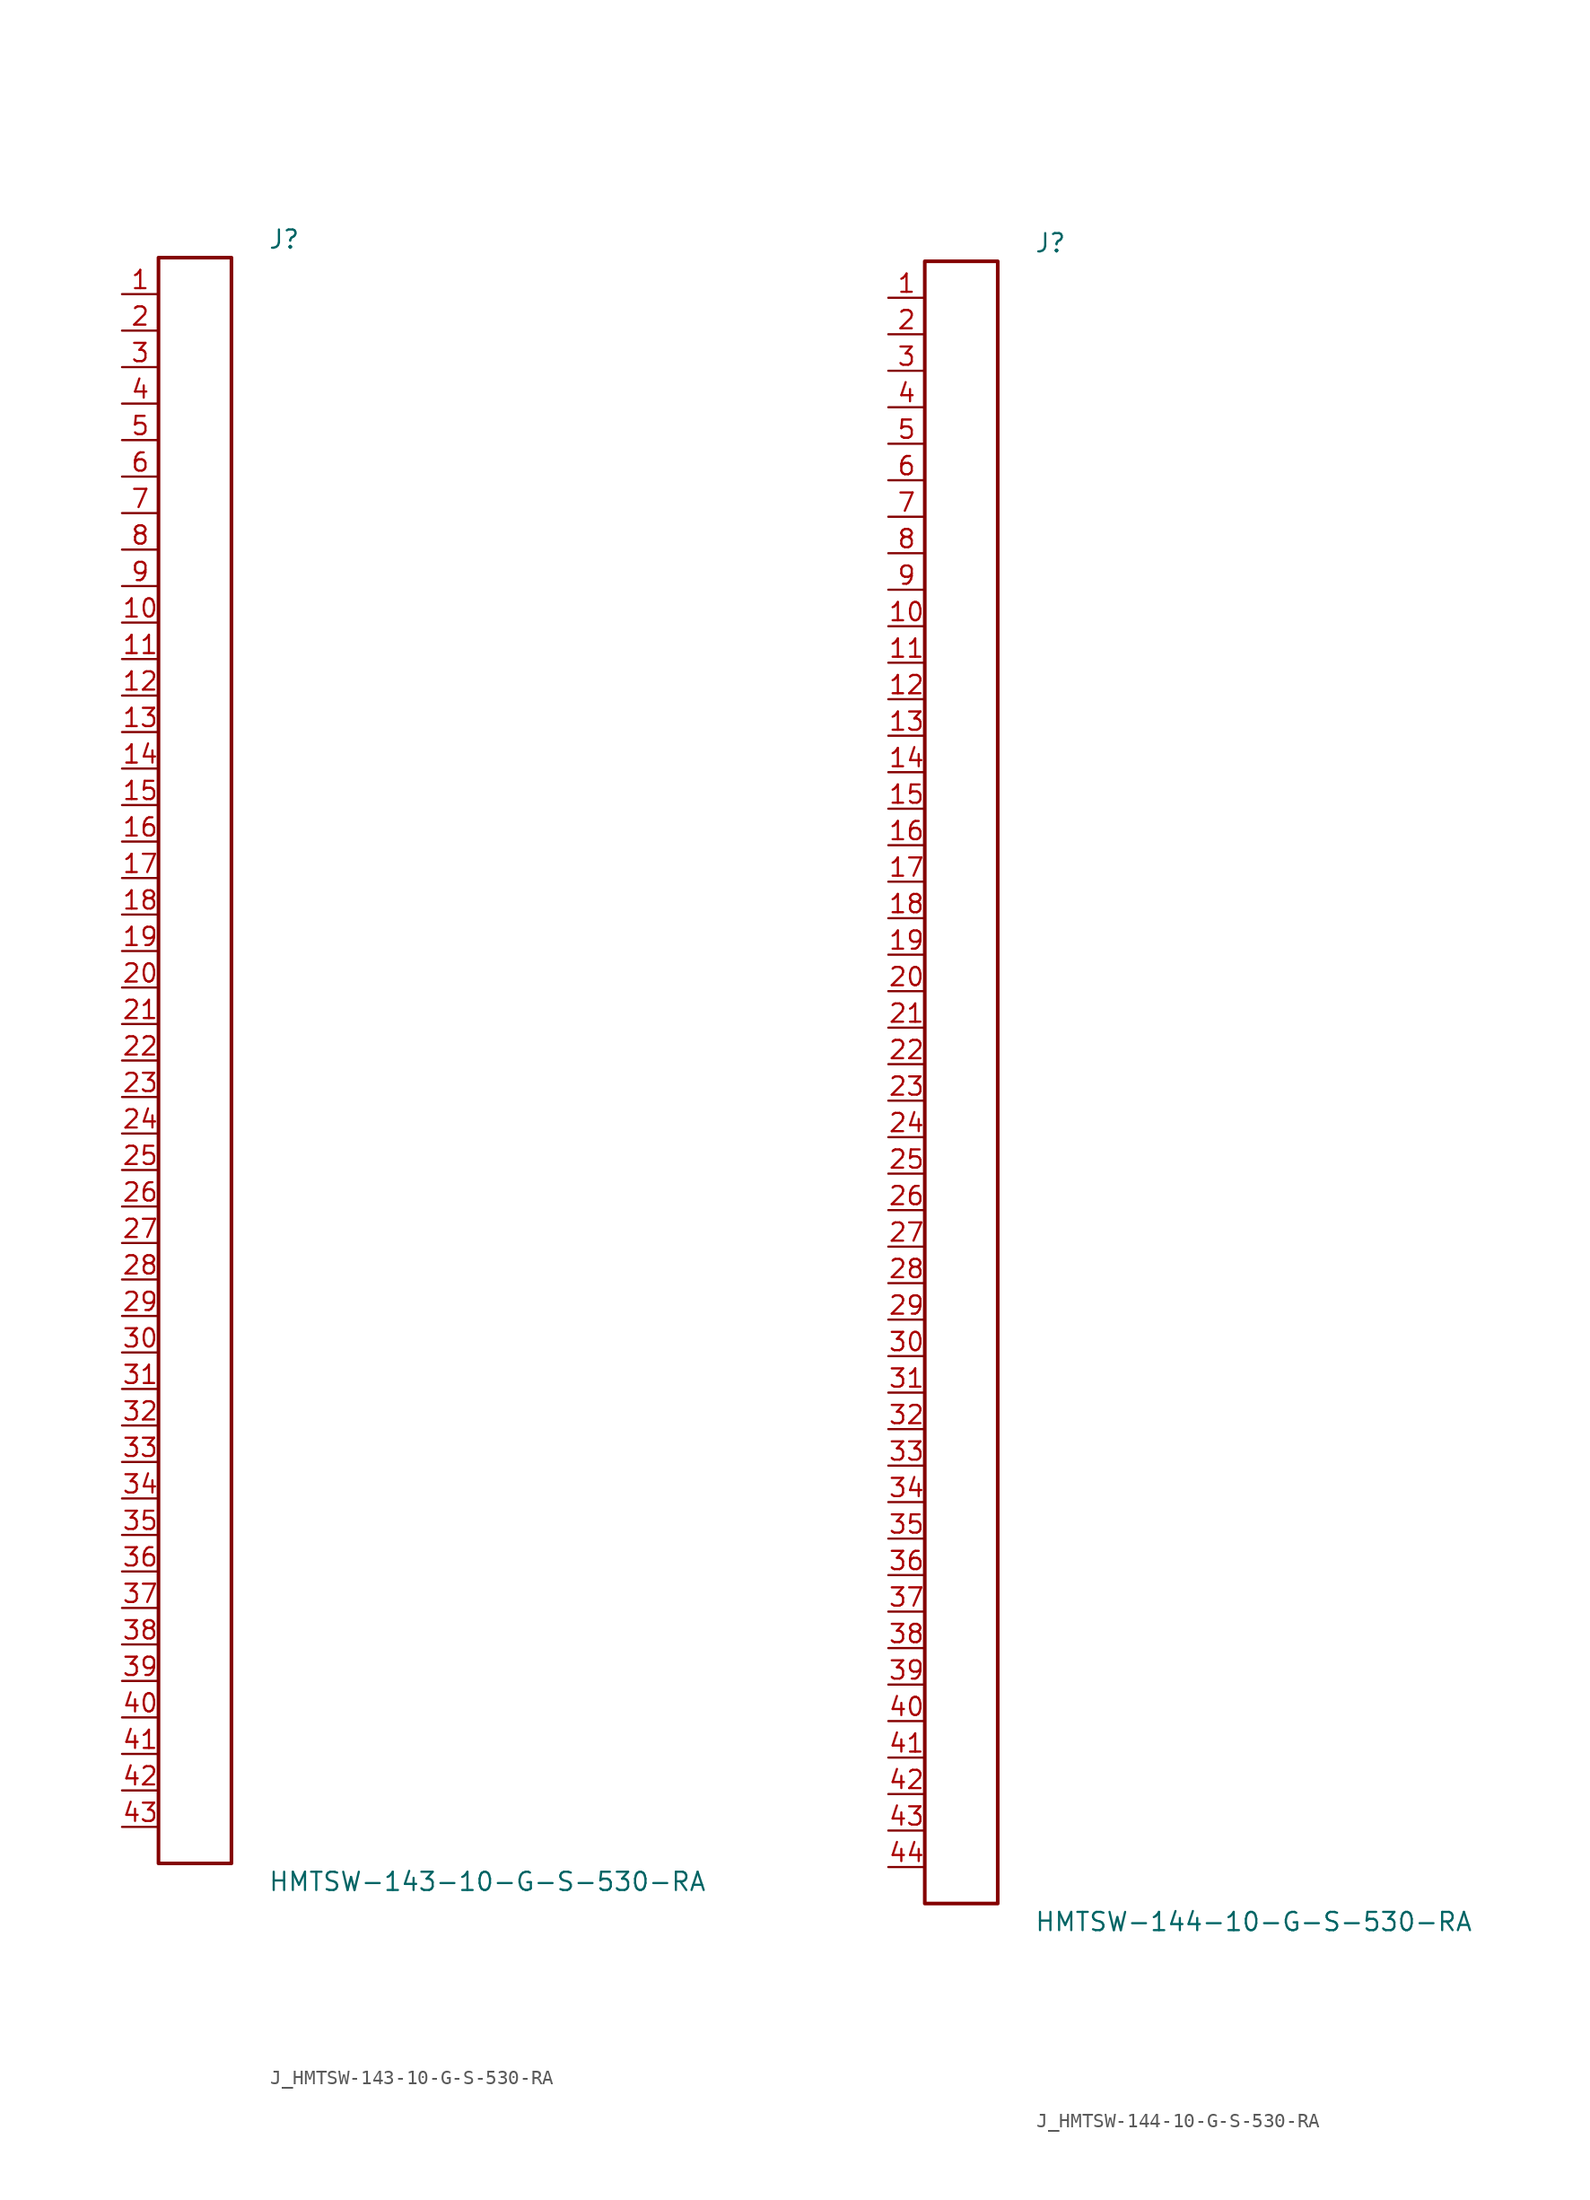
<source format=kicad_sym>
(kicad_symbol_lib
  (version 20231120)
  (generator kicad_symbol_editor)
  (generator_version 8.0)
  (symbol "J_HMTSW-143-10-G-S-530-RA"
    (pin_names
      (offset 0.254))
    (property "Reference" "J"
      (at 5.08 57.15 0)
      (effects (font (size 1.27 1.27)) (justify left)))
    (property "Value" "HMTSW-143-10-G-S-530-RA"
      (at 5.08 -57.15 0)
      (effects (font (size 1.27 1.27)) (justify left)))
    (symbol "J_HMTSW-143-10-G-S-530-RA_0_0"
      (pin unspecified line (at -5.08 53.34 0) (length 2.54) (name "" (effects (font (size 1.27 1.27)))) (number "1" (effects (font (size 1.27 1.27)))))
      (pin unspecified line (at -5.08 50.8 0) (length 2.54) (name "" (effects (font (size 1.27 1.27)))) (number "2" (effects (font (size 1.27 1.27)))))
      (pin unspecified line (at -5.08 48.26 0) (length 2.54) (name "" (effects (font (size 1.27 1.27)))) (number "3" (effects (font (size 1.27 1.27)))))
      (pin unspecified line (at -5.08 45.72 0) (length 2.54) (name "" (effects (font (size 1.27 1.27)))) (number "4" (effects (font (size 1.27 1.27)))))
      (pin unspecified line (at -5.08 43.18 0) (length 2.54) (name "" (effects (font (size 1.27 1.27)))) (number "5" (effects (font (size 1.27 1.27)))))
      (pin unspecified line (at -5.08 40.64 0) (length 2.54) (name "" (effects (font (size 1.27 1.27)))) (number "6" (effects (font (size 1.27 1.27)))))
      (pin unspecified line (at -5.08 38.1 0) (length 2.54) (name "" (effects (font (size 1.27 1.27)))) (number "7" (effects (font (size 1.27 1.27)))))
      (pin unspecified line (at -5.08 35.56 0) (length 2.54) (name "" (effects (font (size 1.27 1.27)))) (number "8" (effects (font (size 1.27 1.27)))))
      (pin unspecified line (at -5.08 33.02 0) (length 2.54) (name "" (effects (font (size 1.27 1.27)))) (number "9" (effects (font (size 1.27 1.27)))))
      (pin unspecified line (at -5.08 30.48 0) (length 2.54) (name "" (effects (font (size 1.27 1.27)))) (number "10" (effects (font (size 1.27 1.27)))))
      (pin unspecified line (at -5.08 27.94 0) (length 2.54) (name "" (effects (font (size 1.27 1.27)))) (number "11" (effects (font (size 1.27 1.27)))))
      (pin unspecified line (at -5.08 25.4 0) (length 2.54) (name "" (effects (font (size 1.27 1.27)))) (number "12" (effects (font (size 1.27 1.27)))))
      (pin unspecified line (at -5.08 22.86 0) (length 2.54) (name "" (effects (font (size 1.27 1.27)))) (number "13" (effects (font (size 1.27 1.27)))))
      (pin unspecified line (at -5.08 20.32 0) (length 2.54) (name "" (effects (font (size 1.27 1.27)))) (number "14" (effects (font (size 1.27 1.27)))))
      (pin unspecified line (at -5.08 17.78 0) (length 2.54) (name "" (effects (font (size 1.27 1.27)))) (number "15" (effects (font (size 1.27 1.27)))))
      (pin unspecified line (at -5.08 15.24 0) (length 2.54) (name "" (effects (font (size 1.27 1.27)))) (number "16" (effects (font (size 1.27 1.27)))))
      (pin unspecified line (at -5.08 12.7 0) (length 2.54) (name "" (effects (font (size 1.27 1.27)))) (number "17" (effects (font (size 1.27 1.27)))))
      (pin unspecified line (at -5.08 10.16 0) (length 2.54) (name "" (effects (font (size 1.27 1.27)))) (number "18" (effects (font (size 1.27 1.27)))))
      (pin unspecified line (at -5.08 7.62 0) (length 2.54) (name "" (effects (font (size 1.27 1.27)))) (number "19" (effects (font (size 1.27 1.27)))))
      (pin unspecified line (at -5.08 5.08 0) (length 2.54) (name "" (effects (font (size 1.27 1.27)))) (number "20" (effects (font (size 1.27 1.27)))))
      (pin unspecified line (at -5.08 2.54 0) (length 2.54) (name "" (effects (font (size 1.27 1.27)))) (number "21" (effects (font (size 1.27 1.27)))))
      (pin unspecified line (at -5.08 0.0 0) (length 2.54) (name "" (effects (font (size 1.27 1.27)))) (number "22" (effects (font (size 1.27 1.27)))))
      (pin unspecified line (at -5.08 -2.54 0) (length 2.54) (name "" (effects (font (size 1.27 1.27)))) (number "23" (effects (font (size 1.27 1.27)))))
      (pin unspecified line (at -5.08 -5.08 0) (length 2.54) (name "" (effects (font (size 1.27 1.27)))) (number "24" (effects (font (size 1.27 1.27)))))
      (pin unspecified line (at -5.08 -7.62 0) (length 2.54) (name "" (effects (font (size 1.27 1.27)))) (number "25" (effects (font (size 1.27 1.27)))))
      (pin unspecified line (at -5.08 -10.16 0) (length 2.54) (name "" (effects (font (size 1.27 1.27)))) (number "26" (effects (font (size 1.27 1.27)))))
      (pin unspecified line (at -5.08 -12.7 0) (length 2.54) (name "" (effects (font (size 1.27 1.27)))) (number "27" (effects (font (size 1.27 1.27)))))
      (pin unspecified line (at -5.08 -15.24 0) (length 2.54) (name "" (effects (font (size 1.27 1.27)))) (number "28" (effects (font (size 1.27 1.27)))))
      (pin unspecified line (at -5.08 -17.78 0) (length 2.54) (name "" (effects (font (size 1.27 1.27)))) (number "29" (effects (font (size 1.27 1.27)))))
      (pin unspecified line (at -5.08 -20.32 0) (length 2.54) (name "" (effects (font (size 1.27 1.27)))) (number "30" (effects (font (size 1.27 1.27)))))
      (pin unspecified line (at -5.08 -22.86 0) (length 2.54) (name "" (effects (font (size 1.27 1.27)))) (number "31" (effects (font (size 1.27 1.27)))))
      (pin unspecified line (at -5.08 -25.4 0) (length 2.54) (name "" (effects (font (size 1.27 1.27)))) (number "32" (effects (font (size 1.27 1.27)))))
      (pin unspecified line (at -5.08 -27.94 0) (length 2.54) (name "" (effects (font (size 1.27 1.27)))) (number "33" (effects (font (size 1.27 1.27)))))
      (pin unspecified line (at -5.08 -30.48 0) (length 2.54) (name "" (effects (font (size 1.27 1.27)))) (number "34" (effects (font (size 1.27 1.27)))))
      (pin unspecified line (at -5.08 -33.02 0) (length 2.54) (name "" (effects (font (size 1.27 1.27)))) (number "35" (effects (font (size 1.27 1.27)))))
      (pin unspecified line (at -5.08 -35.56 0) (length 2.54) (name "" (effects (font (size 1.27 1.27)))) (number "36" (effects (font (size 1.27 1.27)))))
      (pin unspecified line (at -5.08 -38.1 0) (length 2.54) (name "" (effects (font (size 1.27 1.27)))) (number "37" (effects (font (size 1.27 1.27)))))
      (pin unspecified line (at -5.08 -40.64 0) (length 2.54) (name "" (effects (font (size 1.27 1.27)))) (number "38" (effects (font (size 1.27 1.27)))))
      (pin unspecified line (at -5.08 -43.18 0) (length 2.54) (name "" (effects (font (size 1.27 1.27)))) (number "39" (effects (font (size 1.27 1.27)))))
      (pin unspecified line (at -5.08 -45.72 0) (length 2.54) (name "" (effects (font (size 1.27 1.27)))) (number "40" (effects (font (size 1.27 1.27)))))
      (pin unspecified line (at -5.08 -48.26 0) (length 2.54) (name "" (effects (font (size 1.27 1.27)))) (number "41" (effects (font (size 1.27 1.27)))))
      (pin unspecified line (at -5.08 -50.8 0) (length 2.54) (name "" (effects (font (size 1.27 1.27)))) (number "42" (effects (font (size 1.27 1.27)))))
      (pin unspecified line (at -5.08 -53.34 0) (length 2.54) (name "" (effects (font (size 1.27 1.27)))) (number "43" (effects (font (size 1.27 1.27))))))
    (symbol "J_HMTSW-143-10-G-S-530-RA_1_0"
      (rectangle (start -2.54 55.88) (end 2.54 -55.88) (stroke (width 0.254) (type solid)) (fill (type none)))))
  (symbol "J_HMTSW-144-10-G-S-530-RA"
    (pin_names
      (offset 0.254))
    (property "Reference" "J"
      (at 5.08 58.42 0)
      (effects (font (size 1.27 1.27)) (justify left)))
    (property "Value" "HMTSW-144-10-G-S-530-RA"
      (at 5.08 -58.42 0)
      (effects (font (size 1.27 1.27)) (justify left)))
    (symbol "J_HMTSW-144-10-G-S-530-RA_0_0"
      (pin unspecified line (at -5.08 54.61 0) (length 2.54) (name "" (effects (font (size 1.27 1.27)))) (number "1" (effects (font (size 1.27 1.27)))))
      (pin unspecified line (at -5.08 52.07 0) (length 2.54) (name "" (effects (font (size 1.27 1.27)))) (number "2" (effects (font (size 1.27 1.27)))))
      (pin unspecified line (at -5.08 49.53 0) (length 2.54) (name "" (effects (font (size 1.27 1.27)))) (number "3" (effects (font (size 1.27 1.27)))))
      (pin unspecified line (at -5.08 46.99 0) (length 2.54) (name "" (effects (font (size 1.27 1.27)))) (number "4" (effects (font (size 1.27 1.27)))))
      (pin unspecified line (at -5.08 44.45 0) (length 2.54) (name "" (effects (font (size 1.27 1.27)))) (number "5" (effects (font (size 1.27 1.27)))))
      (pin unspecified line (at -5.08 41.91 0) (length 2.54) (name "" (effects (font (size 1.27 1.27)))) (number "6" (effects (font (size 1.27 1.27)))))
      (pin unspecified line (at -5.08 39.37 0) (length 2.54) (name "" (effects (font (size 1.27 1.27)))) (number "7" (effects (font (size 1.27 1.27)))))
      (pin unspecified line (at -5.08 36.83 0) (length 2.54) (name "" (effects (font (size 1.27 1.27)))) (number "8" (effects (font (size 1.27 1.27)))))
      (pin unspecified line (at -5.08 34.29 0) (length 2.54) (name "" (effects (font (size 1.27 1.27)))) (number "9" (effects (font (size 1.27 1.27)))))
      (pin unspecified line (at -5.08 31.75 0) (length 2.54) (name "" (effects (font (size 1.27 1.27)))) (number "10" (effects (font (size 1.27 1.27)))))
      (pin unspecified line (at -5.08 29.21 0) (length 2.54) (name "" (effects (font (size 1.27 1.27)))) (number "11" (effects (font (size 1.27 1.27)))))
      (pin unspecified line (at -5.08 26.67 0) (length 2.54) (name "" (effects (font (size 1.27 1.27)))) (number "12" (effects (font (size 1.27 1.27)))))
      (pin unspecified line (at -5.08 24.13 0) (length 2.54) (name "" (effects (font (size 1.27 1.27)))) (number "13" (effects (font (size 1.27 1.27)))))
      (pin unspecified line (at -5.08 21.59 0) (length 2.54) (name "" (effects (font (size 1.27 1.27)))) (number "14" (effects (font (size 1.27 1.27)))))
      (pin unspecified line (at -5.08 19.05 0) (length 2.54) (name "" (effects (font (size 1.27 1.27)))) (number "15" (effects (font (size 1.27 1.27)))))
      (pin unspecified line (at -5.08 16.51 0) (length 2.54) (name "" (effects (font (size 1.27 1.27)))) (number "16" (effects (font (size 1.27 1.27)))))
      (pin unspecified line (at -5.08 13.97 0) (length 2.54) (name "" (effects (font (size 1.27 1.27)))) (number "17" (effects (font (size 1.27 1.27)))))
      (pin unspecified line (at -5.08 11.43 0) (length 2.54) (name "" (effects (font (size 1.27 1.27)))) (number "18" (effects (font (size 1.27 1.27)))))
      (pin unspecified line (at -5.08 8.89 0) (length 2.54) (name "" (effects (font (size 1.27 1.27)))) (number "19" (effects (font (size 1.27 1.27)))))
      (pin unspecified line (at -5.08 6.35 0) (length 2.54) (name "" (effects (font (size 1.27 1.27)))) (number "20" (effects (font (size 1.27 1.27)))))
      (pin unspecified line (at -5.08 3.81 0) (length 2.54) (name "" (effects (font (size 1.27 1.27)))) (number "21" (effects (font (size 1.27 1.27)))))
      (pin unspecified line (at -5.08 1.27 0) (length 2.54) (name "" (effects (font (size 1.27 1.27)))) (number "22" (effects (font (size 1.27 1.27)))))
      (pin unspecified line (at -5.08 -1.27 0) (length 2.54) (name "" (effects (font (size 1.27 1.27)))) (number "23" (effects (font (size 1.27 1.27)))))
      (pin unspecified line (at -5.08 -3.81 0) (length 2.54) (name "" (effects (font (size 1.27 1.27)))) (number "24" (effects (font (size 1.27 1.27)))))
      (pin unspecified line (at -5.08 -6.35 0) (length 2.54) (name "" (effects (font (size 1.27 1.27)))) (number "25" (effects (font (size 1.27 1.27)))))
      (pin unspecified line (at -5.08 -8.89 0) (length 2.54) (name "" (effects (font (size 1.27 1.27)))) (number "26" (effects (font (size 1.27 1.27)))))
      (pin unspecified line (at -5.08 -11.43 0) (length 2.54) (name "" (effects (font (size 1.27 1.27)))) (number "27" (effects (font (size 1.27 1.27)))))
      (pin unspecified line (at -5.08 -13.97 0) (length 2.54) (name "" (effects (font (size 1.27 1.27)))) (number "28" (effects (font (size 1.27 1.27)))))
      (pin unspecified line (at -5.08 -16.51 0) (length 2.54) (name "" (effects (font (size 1.27 1.27)))) (number "29" (effects (font (size 1.27 1.27)))))
      (pin unspecified line (at -5.08 -19.05 0) (length 2.54) (name "" (effects (font (size 1.27 1.27)))) (number "30" (effects (font (size 1.27 1.27)))))
      (pin unspecified line (at -5.08 -21.59 0) (length 2.54) (name "" (effects (font (size 1.27 1.27)))) (number "31" (effects (font (size 1.27 1.27)))))
      (pin unspecified line (at -5.08 -24.13 0) (length 2.54) (name "" (effects (font (size 1.27 1.27)))) (number "32" (effects (font (size 1.27 1.27)))))
      (pin unspecified line (at -5.08 -26.67 0) (length 2.54) (name "" (effects (font (size 1.27 1.27)))) (number "33" (effects (font (size 1.27 1.27)))))
      (pin unspecified line (at -5.08 -29.21 0) (length 2.54) (name "" (effects (font (size 1.27 1.27)))) (number "34" (effects (font (size 1.27 1.27)))))
      (pin unspecified line (at -5.08 -31.75 0) (length 2.54) (name "" (effects (font (size 1.27 1.27)))) (number "35" (effects (font (size 1.27 1.27)))))
      (pin unspecified line (at -5.08 -34.29 0) (length 2.54) (name "" (effects (font (size 1.27 1.27)))) (number "36" (effects (font (size 1.27 1.27)))))
      (pin unspecified line (at -5.08 -36.83 0) (length 2.54) (name "" (effects (font (size 1.27 1.27)))) (number "37" (effects (font (size 1.27 1.27)))))
      (pin unspecified line (at -5.08 -39.37 0) (length 2.54) (name "" (effects (font (size 1.27 1.27)))) (number "38" (effects (font (size 1.27 1.27)))))
      (pin unspecified line (at -5.08 -41.91 0) (length 2.54) (name "" (effects (font (size 1.27 1.27)))) (number "39" (effects (font (size 1.27 1.27)))))
      (pin unspecified line (at -5.08 -44.45 0) (length 2.54) (name "" (effects (font (size 1.27 1.27)))) (number "40" (effects (font (size 1.27 1.27)))))
      (pin unspecified line (at -5.08 -46.99 0) (length 2.54) (name "" (effects (font (size 1.27 1.27)))) (number "41" (effects (font (size 1.27 1.27)))))
      (pin unspecified line (at -5.08 -49.53 0) (length 2.54) (name "" (effects (font (size 1.27 1.27)))) (number "42" (effects (font (size 1.27 1.27)))))
      (pin unspecified line (at -5.08 -52.07 0) (length 2.54) (name "" (effects (font (size 1.27 1.27)))) (number "43" (effects (font (size 1.27 1.27)))))
      (pin unspecified line (at -5.08 -54.61 0) (length 2.54) (name "" (effects (font (size 1.27 1.27)))) (number "44" (effects (font (size 1.27 1.27))))))
    (symbol "J_HMTSW-144-10-G-S-530-RA_1_0"
      (rectangle (start -2.54 57.15) (end 2.54 -57.15) (stroke (width 0.254) (type solid)) (fill (type none))))))
</source>
